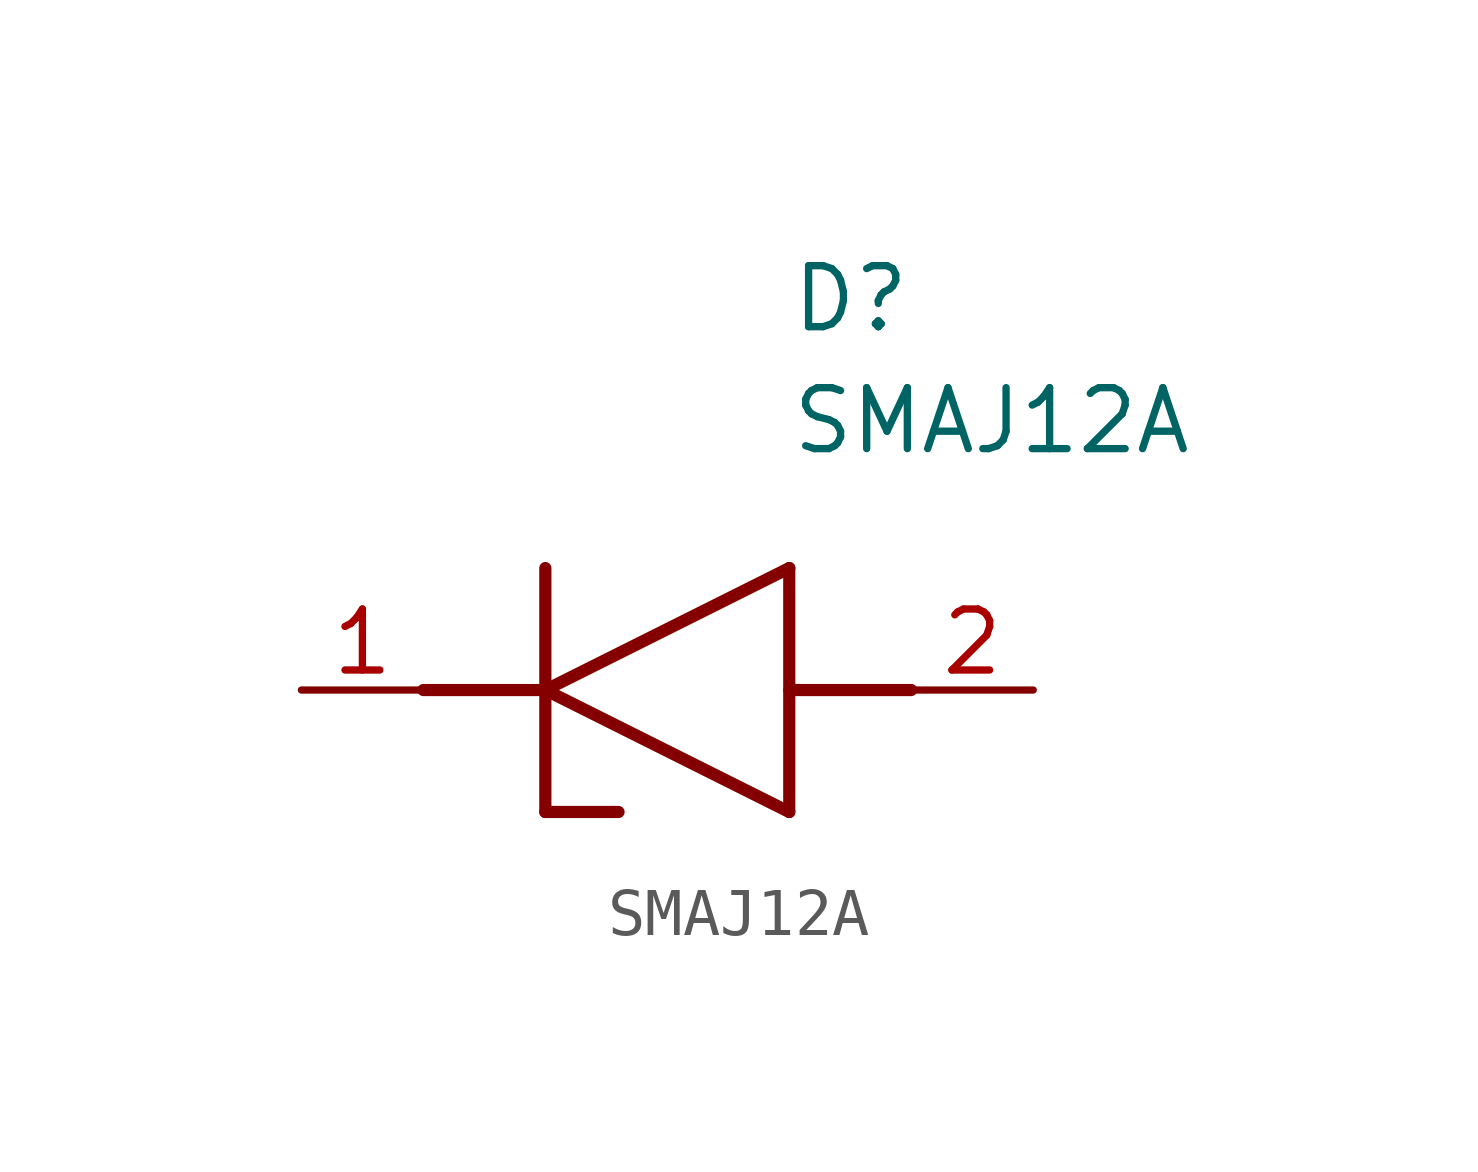
<source format=kicad_sym>
(kicad_symbol_lib
  (version 20211014)
  (generator SamacSys_ECAD_Model)
  (symbol "SMAJ12A"
    (pin_names hide)
    (property "Reference" "D"
      (at 10.16 8.89 0)
      (effects (font (size 1.27 1.27)) (justify left top)))
    (property "Value" "SMAJ12A"
      (at 10.16 6.35 0)
      (effects (font (size 1.27 1.27)) (justify left top)))
    (polyline
      (pts (xy 5.08 0) (xy 10.16 2.54))
      (stroke (width 0.254) (type default))
      (fill (type none)))
    (polyline
      (pts (xy 10.16 -2.54) (xy 10.16 2.54))
      (stroke (width 0.254) (type default))
      (fill (type none)))
    (polyline
      (pts (xy 10.16 -2.54) (xy 5.08 0))
      (stroke (width 0.254) (type default))
      (fill (type none)))
    (polyline
      (pts (xy 5.08 2.54) (xy 5.08 -2.54))
      (stroke (width 0.254) (type default))
      (fill (type none)))
    (polyline
      (pts (xy 2.54 0) (xy 5.08 0))
      (stroke (width 0.254) (type default))
      (fill (type none)))
    (polyline
      (pts (xy 12.7 0) (xy 10.16 0))
      (stroke (width 0.254) (type default))
      (fill (type none)))
    (polyline
      (pts (xy 5.08 -2.54) (xy 6.604 -2.54))
      (stroke (width 0.254) (type default))
      (fill (type none)))
    (pin passive line
      (at 0 0 0)
      (length 2.54)
      (name "K" (effects (font (size 1.27 1.27))))
      (number "1" (effects (font (size 1.27 1.27)))))
    (pin passive line
      (at 15.24 0 180)
      (length 2.54)
      (name "A" (effects (font (size 1.27 1.27))))
      (number "2" (effects (font (size 1.27 1.27)))))))
</source>
